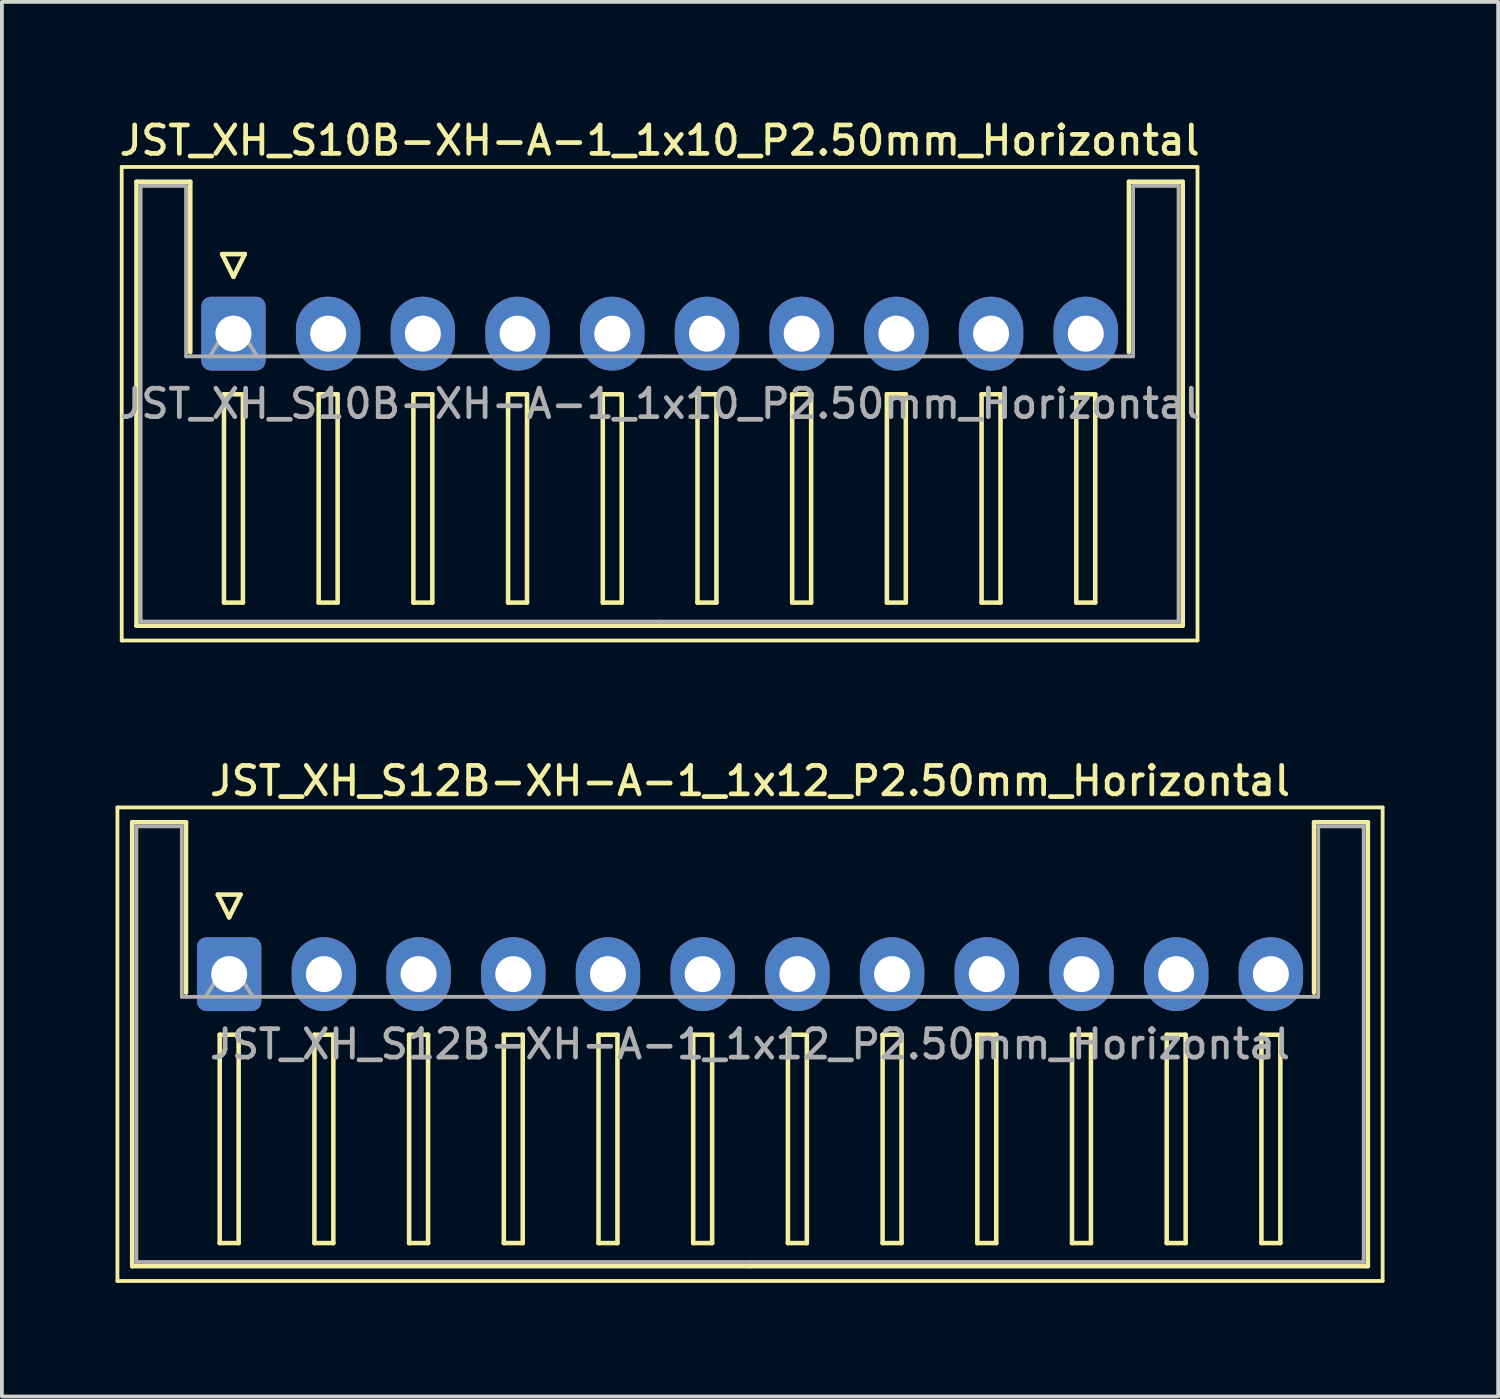
<source format=kicad_pcb>
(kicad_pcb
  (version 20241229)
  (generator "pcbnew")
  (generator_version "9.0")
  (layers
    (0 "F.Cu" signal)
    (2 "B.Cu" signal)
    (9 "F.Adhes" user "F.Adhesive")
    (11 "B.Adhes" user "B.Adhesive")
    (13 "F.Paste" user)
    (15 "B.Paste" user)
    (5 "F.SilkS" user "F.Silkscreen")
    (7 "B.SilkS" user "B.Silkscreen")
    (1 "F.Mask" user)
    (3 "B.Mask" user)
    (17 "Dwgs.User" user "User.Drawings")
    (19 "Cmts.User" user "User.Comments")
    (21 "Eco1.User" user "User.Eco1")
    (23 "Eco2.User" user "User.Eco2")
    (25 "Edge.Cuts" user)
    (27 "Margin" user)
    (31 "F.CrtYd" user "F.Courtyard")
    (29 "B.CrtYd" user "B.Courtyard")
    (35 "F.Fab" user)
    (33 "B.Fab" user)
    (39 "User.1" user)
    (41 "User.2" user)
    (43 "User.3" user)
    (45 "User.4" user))
  (footprint "JST_XH_S12B-XH-A-1_1x12_P2.50mm_Horizontal"
    (layer "F.Cu")
    (at 3 22.666)
    (property "Reference" "JST_XH_S12B-XH-A-1_1x12_P2.50mm_Horizontal" (at 13.75 -5.1 0) (layer "F.SilkS") (effects (font (size 0.75 0.75) (thickness 0.125))))
    (attr through_hole)
    (fp_line (start -2.95 -4.4) (end -2.95 8.1) (stroke (width 0.1) (type solid)) (layer "F.SilkS"))
    (fp_line (start -2.95 8.1) (end 30.45 8.1) (stroke (width 0.1) (type solid)) (layer "F.SilkS"))
    (fp_line (start -2.56 -4.01) (end -1.14 -4.01) (stroke (width 0.12) (type solid)) (layer "F.SilkS"))
    (fp_line (start -2.56 7.71) (end -2.56 -4.01) (stroke (width 0.12) (type solid)) (layer "F.SilkS"))
    (fp_line (start -1.14 -4.01) (end -1.14 0.49) (stroke (width 0.12) (type solid)) (layer "F.SilkS"))
    (fp_line (start -0.3 -2.1) (end 0.3 -2.1) (stroke (width 0.12) (type solid)) (layer "F.SilkS"))
    (fp_line (start -0.25 1.6) (end -0.25 7.1) (stroke (width 0.12) (type solid)) (layer "F.SilkS"))
    (fp_line (start -0.25 7.1) (end 0.25 7.1) (stroke (width 0.12) (type solid)) (layer "F.SilkS"))
    (fp_line (start 0 -1.5) (end -0.3 -2.1) (stroke (width 0.12) (type solid)) (layer "F.SilkS"))
    (fp_line (start 0.25 1.6) (end -0.25 1.6) (stroke (width 0.12) (type solid)) (layer "F.SilkS"))
    (fp_line (start 0.25 7.1) (end 0.25 1.6) (stroke (width 0.12) (type solid)) (layer "F.SilkS"))
    (fp_line (start 0.3 -2.1) (end 0 -1.5) (stroke (width 0.12) (type solid)) (layer "F.SilkS"))
    (fp_line (start 2.25 1.6) (end 2.25 7.1) (stroke (width 0.12) (type solid)) (layer "F.SilkS"))
    (fp_line (start 2.25 7.1) (end 2.75 7.1) (stroke (width 0.12) (type solid)) (layer "F.SilkS"))
    (fp_line (start 2.75 1.6) (end 2.25 1.6) (stroke (width 0.12) (type solid)) (layer "F.SilkS"))
    (fp_line (start 2.75 7.1) (end 2.75 1.6) (stroke (width 0.12) (type solid)) (layer "F.SilkS"))
    (fp_line (start 4.75 1.6) (end 4.75 7.1) (stroke (width 0.12) (type solid)) (layer "F.SilkS"))
    (fp_line (start 4.75 7.1) (end 5.25 7.1) (stroke (width 0.12) (type solid)) (layer "F.SilkS"))
    (fp_line (start 5.25 1.6) (end 4.75 1.6) (stroke (width 0.12) (type solid)) (layer "F.SilkS"))
    (fp_line (start 5.25 7.1) (end 5.25 1.6) (stroke (width 0.12) (type solid)) (layer "F.SilkS"))
    (fp_line (start 7.25 1.6) (end 7.25 7.1) (stroke (width 0.12) (type solid)) (layer "F.SilkS"))
    (fp_line (start 7.25 7.1) (end 7.75 7.1) (stroke (width 0.12) (type solid)) (layer "F.SilkS"))
    (fp_line (start 7.75 1.6) (end 7.25 1.6) (stroke (width 0.12) (type solid)) (layer "F.SilkS"))
    (fp_line (start 7.75 7.1) (end 7.75 1.6) (stroke (width 0.12) (type solid)) (layer "F.SilkS"))
    (fp_line (start 9.75 1.6) (end 9.75 7.1) (stroke (width 0.12) (type solid)) (layer "F.SilkS"))
    (fp_line (start 9.75 7.1) (end 10.25 7.1) (stroke (width 0.12) (type solid)) (layer "F.SilkS"))
    (fp_line (start 10.25 1.6) (end 9.75 1.6) (stroke (width 0.12) (type solid)) (layer "F.SilkS"))
    (fp_line (start 10.25 7.1) (end 10.25 1.6) (stroke (width 0.12) (type solid)) (layer "F.SilkS"))
    (fp_line (start 12.25 1.6) (end 12.25 7.1) (stroke (width 0.12) (type solid)) (layer "F.SilkS"))
    (fp_line (start 12.25 7.1) (end 12.75 7.1) (stroke (width 0.12) (type solid)) (layer "F.SilkS"))
    (fp_line (start 12.75 1.6) (end 12.25 1.6) (stroke (width 0.12) (type solid)) (layer "F.SilkS"))
    (fp_line (start 12.75 7.1) (end 12.75 1.6) (stroke (width 0.12) (type solid)) (layer "F.SilkS"))
    (fp_line (start 13.75 7.71) (end -2.56 7.71) (stroke (width 0.12) (type solid)) (layer "F.SilkS"))
    (fp_line (start 13.75 7.71) (end 30.06 7.71) (stroke (width 0.12) (type solid)) (layer "F.SilkS"))
    (fp_line (start 14.75 1.6) (end 14.75 7.1) (stroke (width 0.12) (type solid)) (layer "F.SilkS"))
    (fp_line (start 14.75 7.1) (end 15.25 7.1) (stroke (width 0.12) (type solid)) (layer "F.SilkS"))
    (fp_line (start 15.25 1.6) (end 14.75 1.6) (stroke (width 0.12) (type solid)) (layer "F.SilkS"))
    (fp_line (start 15.25 7.1) (end 15.25 1.6) (stroke (width 0.12) (type solid)) (layer "F.SilkS"))
    (fp_line (start 17.25 1.6) (end 17.25 7.1) (stroke (width 0.12) (type solid)) (layer "F.SilkS"))
    (fp_line (start 17.25 7.1) (end 17.75 7.1) (stroke (width 0.12) (type solid)) (layer "F.SilkS"))
    (fp_line (start 17.75 1.6) (end 17.25 1.6) (stroke (width 0.12) (type solid)) (layer "F.SilkS"))
    (fp_line (start 17.75 7.1) (end 17.75 1.6) (stroke (width 0.12) (type solid)) (layer "F.SilkS"))
    (fp_line (start 19.75 1.6) (end 19.75 7.1) (stroke (width 0.12) (type solid)) (layer "F.SilkS"))
    (fp_line (start 19.75 7.1) (end 20.25 7.1) (stroke (width 0.12) (type solid)) (layer "F.SilkS"))
    (fp_line (start 20.25 1.6) (end 19.75 1.6) (stroke (width 0.12) (type solid)) (layer "F.SilkS"))
    (fp_line (start 20.25 7.1) (end 20.25 1.6) (stroke (width 0.12) (type solid)) (layer "F.SilkS"))
    (fp_line (start 22.25 1.6) (end 22.25 7.1) (stroke (width 0.12) (type solid)) (layer "F.SilkS"))
    (fp_line (start 22.25 7.1) (end 22.75 7.1) (stroke (width 0.12) (type solid)) (layer "F.SilkS"))
    (fp_line (start 22.75 1.6) (end 22.25 1.6) (stroke (width 0.12) (type solid)) (layer "F.SilkS"))
    (fp_line (start 22.75 7.1) (end 22.75 1.6) (stroke (width 0.12) (type solid)) (layer "F.SilkS"))
    (fp_line (start 24.75 1.6) (end 24.75 7.1) (stroke (width 0.12) (type solid)) (layer "F.SilkS"))
    (fp_line (start 24.75 7.1) (end 25.25 7.1) (stroke (width 0.12) (type solid)) (layer "F.SilkS"))
    (fp_line (start 25.25 1.6) (end 24.75 1.6) (stroke (width 0.12) (type solid)) (layer "F.SilkS"))
    (fp_line (start 25.25 7.1) (end 25.25 1.6) (stroke (width 0.12) (type solid)) (layer "F.SilkS"))
    (fp_line (start 27.25 1.6) (end 27.25 7.1) (stroke (width 0.12) (type solid)) (layer "F.SilkS"))
    (fp_line (start 27.25 7.1) (end 27.75 7.1) (stroke (width 0.12) (type solid)) (layer "F.SilkS"))
    (fp_line (start 27.75 1.6) (end 27.25 1.6) (stroke (width 0.12) (type solid)) (layer "F.SilkS"))
    (fp_line (start 27.75 7.1) (end 27.75 1.6) (stroke (width 0.12) (type solid)) (layer "F.SilkS"))
    (fp_line (start 28.64 -4.01) (end 28.64 0.49) (stroke (width 0.12) (type solid)) (layer "F.SilkS"))
    (fp_line (start 30.06 -4.01) (end 28.64 -4.01) (stroke (width 0.12) (type solid)) (layer "F.SilkS"))
    (fp_line (start 30.06 7.71) (end 30.06 -4.01) (stroke (width 0.12) (type solid)) (layer "F.SilkS"))
    (fp_line (start 30.45 -4.4) (end -2.95 -4.4) (stroke (width 0.1) (type solid)) (layer "F.SilkS"))
    (fp_line (start 30.45 8.1) (end 30.45 -4.4) (stroke (width 0.1) (type solid)) (layer "F.SilkS"))
    (fp_line (start -2.45 -3.9) (end -1.25 -3.9) (stroke (width 0.1) (type solid)) (layer "F.Fab"))
    (fp_line (start -2.45 7.6) (end -2.45 -3.9) (stroke (width 0.1) (type solid)) (layer "F.Fab"))
    (fp_line (start -1.25 -3.9) (end -1.25 0.6) (stroke (width 0.1) (type solid)) (layer "F.Fab"))
    (fp_line (start -1.25 0.6) (end 13.75 0.6) (stroke (width 0.1) (type solid)) (layer "F.Fab"))
    (fp_line (start -0.625 0.6) (end 0 -0.4) (stroke (width 0.1) (type solid)) (layer "F.Fab"))
    (fp_line (start 0 -0.4) (end 0.625 0.6) (stroke (width 0.1) (type solid)) (layer "F.Fab"))
    (fp_line (start 13.75 7.6) (end -2.45 7.6) (stroke (width 0.1) (type solid)) (layer "F.Fab"))
    (fp_line (start 13.75 7.6) (end 29.95 7.6) (stroke (width 0.1) (type solid)) (layer "F.Fab"))
    (fp_line (start 28.75 -3.9) (end 28.75 0.6) (stroke (width 0.1) (type solid)) (layer "F.Fab"))
    (fp_line (start 28.75 0.6) (end 13.75 0.6) (stroke (width 0.1) (type solid)) (layer "F.Fab"))
    (fp_line (start 29.95 -3.9) (end 28.75 -3.9) (stroke (width 0.1) (type solid)) (layer "F.Fab"))
    (fp_line (start 29.95 7.6) (end 29.95 -3.9) (stroke (width 0.1) (type solid)) (layer "F.Fab"))
    (fp_text user "${REFERENCE}" (at 13.75 1.85 0) (layer "F.Fab") (effects (font (size 0.75 0.75) (thickness 0.125))))
    (pad "1" thru_hole roundrect (at 0 0) (size 1.7 1.95) (drill 0.95) (layers "*.Cu" "*.Mask") (roundrect_rratio 0.147))
    (pad "2" thru_hole oval (at 2.5 0) (size 1.7 1.95) (drill 0.95) (layers "*.Cu" "*.Mask"))
    (pad "3" thru_hole oval (at 5 0) (size 1.7 1.95) (drill 0.95) (layers "*.Cu" "*.Mask"))
    (pad "4" thru_hole oval (at 7.5 0) (size 1.7 1.95) (drill 0.95) (layers "*.Cu" "*.Mask"))
    (pad "5" thru_hole oval (at 10 0) (size 1.7 1.95) (drill 0.95) (layers "*.Cu" "*.Mask"))
    (pad "6" thru_hole oval (at 12.5 0) (size 1.7 1.95) (drill 0.95) (layers "*.Cu" "*.Mask"))
    (pad "7" thru_hole oval (at 15 0) (size 1.7 1.95) (drill 0.95) (layers "*.Cu" "*.Mask"))
    (pad "8" thru_hole oval (at 17.5 0) (size 1.7 1.95) (drill 0.95) (layers "*.Cu" "*.Mask"))
    (pad "9" thru_hole oval (at 20 0) (size 1.7 1.95) (drill 0.95) (layers "*.Cu" "*.Mask"))
    (pad "10" thru_hole oval (at 22.5 0) (size 1.7 1.95) (drill 0.95) (layers "*.Cu" "*.Mask"))
    (pad "11" thru_hole oval (at 25 0) (size 1.7 1.95) (drill 0.95) (layers "*.Cu" "*.Mask"))
    (pad "12" thru_hole oval (at 27.5 0) (size 1.7 1.95) (drill 0.95) (layers "*.Cu" "*.Mask")))
  (footprint "JST_XH_S10B-XH-A-1_1x10_P2.50mm_Horizontal"
    (layer "F.Cu")
    (at 3.113 5.758)
    (property "Reference" "JST_XH_S10B-XH-A-1_1x10_P2.50mm_Horizontal" (at 11.25 -5.1 0) (layer "F.SilkS") (effects (font (size 0.75 0.75) (thickness 0.125))))
    (attr through_hole)
    (fp_line (start -2.95 -4.4) (end -2.95 8.1) (stroke (width 0.1) (type solid)) (layer "F.SilkS"))
    (fp_line (start -2.95 8.1) (end 25.45 8.1) (stroke (width 0.1) (type solid)) (layer "F.SilkS"))
    (fp_line (start -2.56 -4.01) (end -1.14 -4.01) (stroke (width 0.12) (type solid)) (layer "F.SilkS"))
    (fp_line (start -2.56 7.71) (end -2.56 -4.01) (stroke (width 0.12) (type solid)) (layer "F.SilkS"))
    (fp_line (start -1.14 -4.01) (end -1.14 0.49) (stroke (width 0.12) (type solid)) (layer "F.SilkS"))
    (fp_line (start -0.3 -2.1) (end 0.3 -2.1) (stroke (width 0.12) (type solid)) (layer "F.SilkS"))
    (fp_line (start -0.25 1.6) (end -0.25 7.1) (stroke (width 0.12) (type solid)) (layer "F.SilkS"))
    (fp_line (start -0.25 7.1) (end 0.25 7.1) (stroke (width 0.12) (type solid)) (layer "F.SilkS"))
    (fp_line (start 0 -1.5) (end -0.3 -2.1) (stroke (width 0.12) (type solid)) (layer "F.SilkS"))
    (fp_line (start 0.25 1.6) (end -0.25 1.6) (stroke (width 0.12) (type solid)) (layer "F.SilkS"))
    (fp_line (start 0.25 7.1) (end 0.25 1.6) (stroke (width 0.12) (type solid)) (layer "F.SilkS"))
    (fp_line (start 0.3 -2.1) (end 0 -1.5) (stroke (width 0.12) (type solid)) (layer "F.SilkS"))
    (fp_line (start 2.25 1.6) (end 2.25 7.1) (stroke (width 0.12) (type solid)) (layer "F.SilkS"))
    (fp_line (start 2.25 7.1) (end 2.75 7.1) (stroke (width 0.12) (type solid)) (layer "F.SilkS"))
    (fp_line (start 2.75 1.6) (end 2.25 1.6) (stroke (width 0.12) (type solid)) (layer "F.SilkS"))
    (fp_line (start 2.75 7.1) (end 2.75 1.6) (stroke (width 0.12) (type solid)) (layer "F.SilkS"))
    (fp_line (start 4.75 1.6) (end 4.75 7.1) (stroke (width 0.12) (type solid)) (layer "F.SilkS"))
    (fp_line (start 4.75 7.1) (end 5.25 7.1) (stroke (width 0.12) (type solid)) (layer "F.SilkS"))
    (fp_line (start 5.25 1.6) (end 4.75 1.6) (stroke (width 0.12) (type solid)) (layer "F.SilkS"))
    (fp_line (start 5.25 7.1) (end 5.25 1.6) (stroke (width 0.12) (type solid)) (layer "F.SilkS"))
    (fp_line (start 7.25 1.6) (end 7.25 7.1) (stroke (width 0.12) (type solid)) (layer "F.SilkS"))
    (fp_line (start 7.25 7.1) (end 7.75 7.1) (stroke (width 0.12) (type solid)) (layer "F.SilkS"))
    (fp_line (start 7.75 1.6) (end 7.25 1.6) (stroke (width 0.12) (type solid)) (layer "F.SilkS"))
    (fp_line (start 7.75 7.1) (end 7.75 1.6) (stroke (width 0.12) (type solid)) (layer "F.SilkS"))
    (fp_line (start 9.75 1.6) (end 9.75 7.1) (stroke (width 0.12) (type solid)) (layer "F.SilkS"))
    (fp_line (start 9.75 7.1) (end 10.25 7.1) (stroke (width 0.12) (type solid)) (layer "F.SilkS"))
    (fp_line (start 10.25 1.6) (end 9.75 1.6) (stroke (width 0.12) (type solid)) (layer "F.SilkS"))
    (fp_line (start 10.25 7.1) (end 10.25 1.6) (stroke (width 0.12) (type solid)) (layer "F.SilkS"))
    (fp_line (start 11.25 7.71) (end -2.56 7.71) (stroke (width 0.12) (type solid)) (layer "F.SilkS"))
    (fp_line (start 11.25 7.71) (end 25.06 7.71) (stroke (width 0.12) (type solid)) (layer "F.SilkS"))
    (fp_line (start 12.25 1.6) (end 12.25 7.1) (stroke (width 0.12) (type solid)) (layer "F.SilkS"))
    (fp_line (start 12.25 7.1) (end 12.75 7.1) (stroke (width 0.12) (type solid)) (layer "F.SilkS"))
    (fp_line (start 12.75 1.6) (end 12.25 1.6) (stroke (width 0.12) (type solid)) (layer "F.SilkS"))
    (fp_line (start 12.75 7.1) (end 12.75 1.6) (stroke (width 0.12) (type solid)) (layer "F.SilkS"))
    (fp_line (start 14.75 1.6) (end 14.75 7.1) (stroke (width 0.12) (type solid)) (layer "F.SilkS"))
    (fp_line (start 14.75 7.1) (end 15.25 7.1) (stroke (width 0.12) (type solid)) (layer "F.SilkS"))
    (fp_line (start 15.25 1.6) (end 14.75 1.6) (stroke (width 0.12) (type solid)) (layer "F.SilkS"))
    (fp_line (start 15.25 7.1) (end 15.25 1.6) (stroke (width 0.12) (type solid)) (layer "F.SilkS"))
    (fp_line (start 17.25 1.6) (end 17.25 7.1) (stroke (width 0.12) (type solid)) (layer "F.SilkS"))
    (fp_line (start 17.25 7.1) (end 17.75 7.1) (stroke (width 0.12) (type solid)) (layer "F.SilkS"))
    (fp_line (start 17.75 1.6) (end 17.25 1.6) (stroke (width 0.12) (type solid)) (layer "F.SilkS"))
    (fp_line (start 17.75 7.1) (end 17.75 1.6) (stroke (width 0.12) (type solid)) (layer "F.SilkS"))
    (fp_line (start 19.75 1.6) (end 19.75 7.1) (stroke (width 0.12) (type solid)) (layer "F.SilkS"))
    (fp_line (start 19.75 7.1) (end 20.25 7.1) (stroke (width 0.12) (type solid)) (layer "F.SilkS"))
    (fp_line (start 20.25 1.6) (end 19.75 1.6) (stroke (width 0.12) (type solid)) (layer "F.SilkS"))
    (fp_line (start 20.25 7.1) (end 20.25 1.6) (stroke (width 0.12) (type solid)) (layer "F.SilkS"))
    (fp_line (start 22.25 1.6) (end 22.25 7.1) (stroke (width 0.12) (type solid)) (layer "F.SilkS"))
    (fp_line (start 22.25 7.1) (end 22.75 7.1) (stroke (width 0.12) (type solid)) (layer "F.SilkS"))
    (fp_line (start 22.75 1.6) (end 22.25 1.6) (stroke (width 0.12) (type solid)) (layer "F.SilkS"))
    (fp_line (start 22.75 7.1) (end 22.75 1.6) (stroke (width 0.12) (type solid)) (layer "F.SilkS"))
    (fp_line (start 23.64 -4.01) (end 23.64 0.49) (stroke (width 0.12) (type solid)) (layer "F.SilkS"))
    (fp_line (start 25.06 -4.01) (end 23.64 -4.01) (stroke (width 0.12) (type solid)) (layer "F.SilkS"))
    (fp_line (start 25.06 7.71) (end 25.06 -4.01) (stroke (width 0.12) (type solid)) (layer "F.SilkS"))
    (fp_line (start 25.45 -4.4) (end -2.95 -4.4) (stroke (width 0.1) (type solid)) (layer "F.SilkS"))
    (fp_line (start 25.45 8.1) (end 25.45 -4.4) (stroke (width 0.1) (type solid)) (layer "F.SilkS"))
    (fp_line (start -2.45 -3.9) (end -1.25 -3.9) (stroke (width 0.1) (type solid)) (layer "F.Fab"))
    (fp_line (start -2.45 7.6) (end -2.45 -3.9) (stroke (width 0.1) (type solid)) (layer "F.Fab"))
    (fp_line (start -1.25 -3.9) (end -1.25 0.6) (stroke (width 0.1) (type solid)) (layer "F.Fab"))
    (fp_line (start -1.25 0.6) (end 11.25 0.6) (stroke (width 0.1) (type solid)) (layer "F.Fab"))
    (fp_line (start -0.625 0.6) (end 0 -0.4) (stroke (width 0.1) (type solid)) (layer "F.Fab"))
    (fp_line (start 0 -0.4) (end 0.625 0.6) (stroke (width 0.1) (type solid)) (layer "F.Fab"))
    (fp_line (start 11.25 7.6) (end -2.45 7.6) (stroke (width 0.1) (type solid)) (layer "F.Fab"))
    (fp_line (start 11.25 7.6) (end 24.95 7.6) (stroke (width 0.1) (type solid)) (layer "F.Fab"))
    (fp_line (start 23.75 -3.9) (end 23.75 0.6) (stroke (width 0.1) (type solid)) (layer "F.Fab"))
    (fp_line (start 23.75 0.6) (end 11.25 0.6) (stroke (width 0.1) (type solid)) (layer "F.Fab"))
    (fp_line (start 24.95 -3.9) (end 23.75 -3.9) (stroke (width 0.1) (type solid)) (layer "F.Fab"))
    (fp_line (start 24.95 7.6) (end 24.95 -3.9) (stroke (width 0.1) (type solid)) (layer "F.Fab"))
    (fp_text user "${REFERENCE}" (at 11.25 1.85 0) (layer "F.Fab") (effects (font (size 0.75 0.75) (thickness 0.125))))
    (pad "1" thru_hole roundrect (at 0 0) (size 1.7 1.95) (drill 0.95) (layers "*.Cu" "*.Mask") (roundrect_rratio 0.147))
    (pad "2" thru_hole oval (at 2.5 0) (size 1.7 1.95) (drill 0.95) (layers "*.Cu" "*.Mask"))
    (pad "3" thru_hole oval (at 5 0) (size 1.7 1.95) (drill 0.95) (layers "*.Cu" "*.Mask"))
    (pad "4" thru_hole oval (at 7.5 0) (size 1.7 1.95) (drill 0.95) (layers "*.Cu" "*.Mask"))
    (pad "5" thru_hole oval (at 10 0) (size 1.7 1.95) (drill 0.95) (layers "*.Cu" "*.Mask"))
    (pad "6" thru_hole oval (at 12.5 0) (size 1.7 1.95) (drill 0.95) (layers "*.Cu" "*.Mask"))
    (pad "7" thru_hole oval (at 15 0) (size 1.7 1.95) (drill 0.95) (layers "*.Cu" "*.Mask"))
    (pad "8" thru_hole oval (at 17.5 0) (size 1.7 1.95) (drill 0.95) (layers "*.Cu" "*.Mask"))
    (pad "9" thru_hole oval (at 20 0) (size 1.7 1.95) (drill 0.95) (layers "*.Cu" "*.Mask"))
    (pad "10" thru_hole oval (at 22.5 0) (size 1.7 1.95) (drill 0.95) (layers "*.Cu" "*.Mask")))
  (gr_rect
    (start -3 -3)
    (end 36.5 33.816)
    (stroke (width 0.1) (type default))
    (fill no)
    (layer "Edge.Cuts")))
</source>
